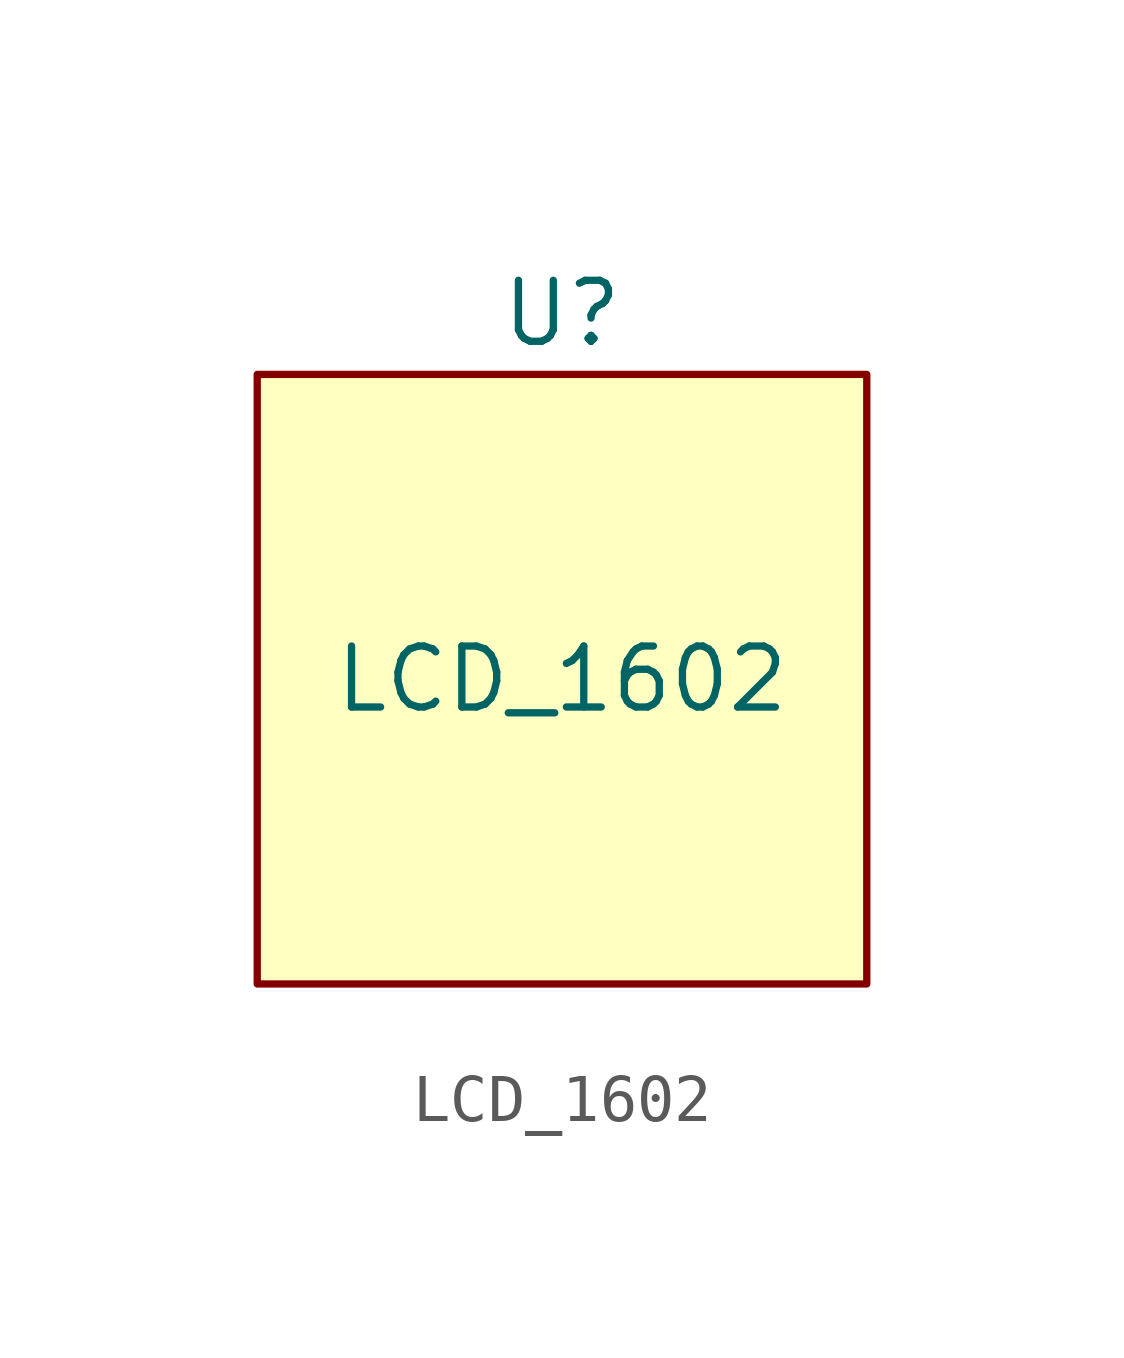
<source format=kicad_sym>
(kicad_symbol_lib
  (version 20211014)
  (generator kicad_symbol_editor)
  (symbol "LCD_1602"
    (property "Reference" "U"
      (at 6.35 1.27 0)
      (effects (font (size 1.27 1.27))))
    (property "Value" "LCD_1602"
      (at 6.35 -6.35 0)
      (effects (font (size 1.27 1.27))))
    (symbol "LCD_1602_0_1"
      (rectangle (start 0 0) (end 12.7 -12.7) (stroke (width 0.152) (type default) (color 0 0 0 0)) (fill (type background))))))
</source>
